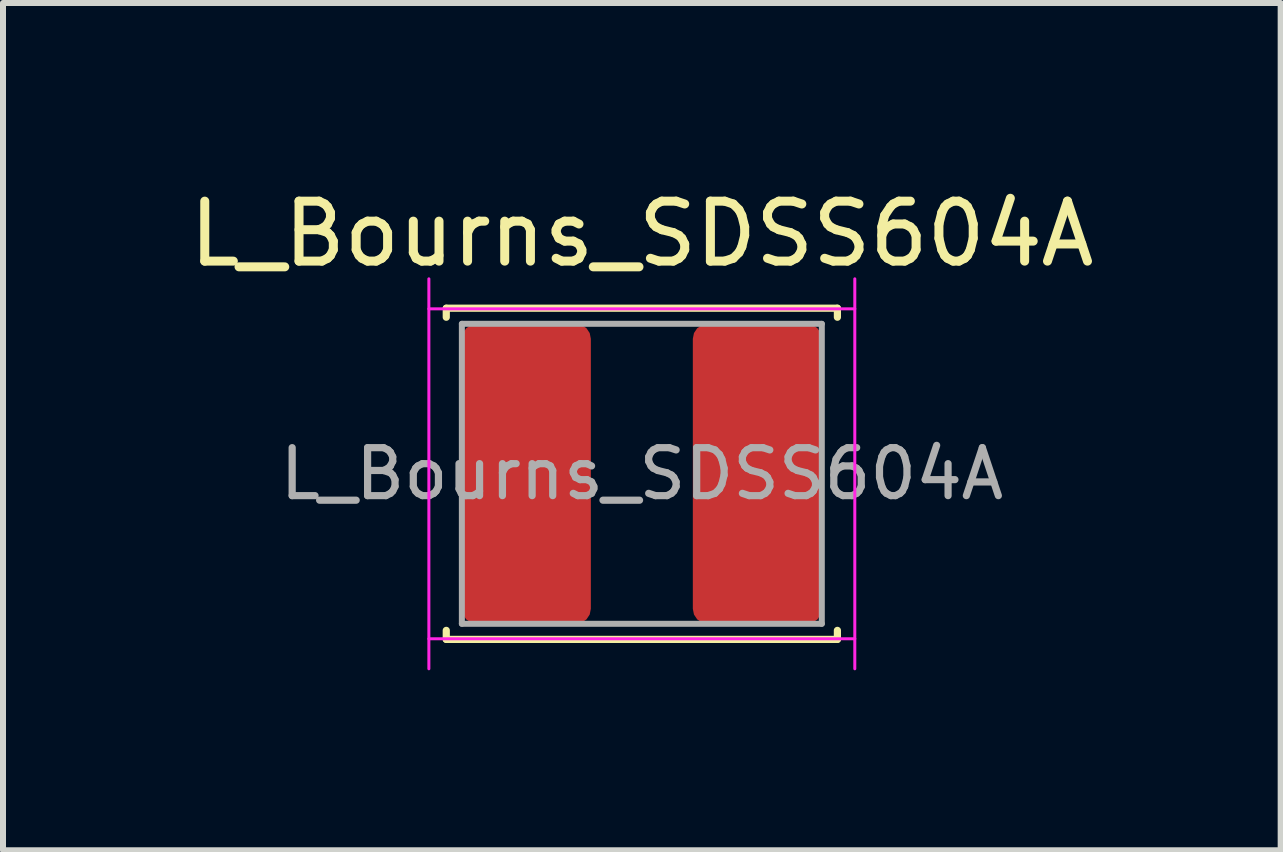
<source format=kicad_pcb>
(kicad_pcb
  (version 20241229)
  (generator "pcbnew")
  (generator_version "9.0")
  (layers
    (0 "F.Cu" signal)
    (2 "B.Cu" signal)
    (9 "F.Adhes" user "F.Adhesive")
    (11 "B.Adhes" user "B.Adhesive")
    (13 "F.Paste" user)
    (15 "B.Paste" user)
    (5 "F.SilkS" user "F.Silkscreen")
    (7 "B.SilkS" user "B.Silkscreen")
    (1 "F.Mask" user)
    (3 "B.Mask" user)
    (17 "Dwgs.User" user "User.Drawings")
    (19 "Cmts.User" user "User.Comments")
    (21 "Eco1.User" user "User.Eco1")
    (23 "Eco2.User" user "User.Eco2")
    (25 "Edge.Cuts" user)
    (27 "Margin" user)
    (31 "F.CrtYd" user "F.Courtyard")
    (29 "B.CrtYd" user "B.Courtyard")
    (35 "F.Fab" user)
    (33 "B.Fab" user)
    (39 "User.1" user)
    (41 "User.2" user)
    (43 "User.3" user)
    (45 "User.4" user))
  (footprint "L_Bourns_SDSS604A"
    (layer "F.Cu")
    (at 7.649 4.848)
    (property "Reference" "L_Bourns_SDSS604A" (at 0 -4 0) (layer "F.SilkS") (effects (font (size 1 1) (thickness 0.15))))
    (attr smd)
    (fp_line (start -3.26 -2.76) (end -3.26 -2.61) (stroke (width 0.12) (type solid)) (layer "F.SilkS"))
    (fp_line (start -3.26 -2.76) (end 3.26 -2.76) (stroke (width 0.12) (type solid)) (layer "F.SilkS"))
    (fp_line (start -3.26 2.76) (end -3.26 2.61) (stroke (width 0.12) (type solid)) (layer "F.SilkS"))
    (fp_line (start -3.26 2.76) (end 3.26 2.76) (stroke (width 0.12) (type solid)) (layer "F.SilkS"))
    (fp_line (start 3.26 -2.76) (end 3.26 -2.61) (stroke (width 0.12) (type solid)) (layer "F.SilkS"))
    (fp_line (start 3.26 2.76) (end 3.26 2.61) (stroke (width 0.12) (type solid)) (layer "F.SilkS"))
    (fp_line (start -3.55 -3.25) (end -3.55 3.25) (stroke (width 0.05) (type solid)) (layer "F.CrtYd"))
    (fp_line (start -3.55 2.75) (end 3.55 2.75) (stroke (width 0.05) (type solid)) (layer "F.CrtYd"))
    (fp_line (start 3.55 -2.75) (end -3.55 -2.75) (stroke (width 0.05) (type solid)) (layer "F.CrtYd"))
    (fp_line (start 3.55 3.25) (end 3.55 -3.25) (stroke (width 0.05) (type solid)) (layer "F.CrtYd"))
    (fp_line (start -3 -2.5) (end -3 2.5) (stroke (width 0.1) (type solid)) (layer "F.Fab"))
    (fp_line (start -3 2.5) (end 3 2.5) (stroke (width 0.1) (type solid)) (layer "F.Fab"))
    (fp_line (start 3 -2.5) (end -3 -2.5) (stroke (width 0.1) (type solid)) (layer "F.Fab"))
    (fp_line (start 3 2.5) (end 3 -2.5) (stroke (width 0.1) (type solid)) (layer "F.Fab"))
    (fp_text user "${REFERENCE}" (at 0 0 0) (layer "F.Fab") (effects (font (size 0.8 0.8) (thickness 0.12))))
    (pad "1" smd roundrect (at -1.925 0) (size 2.15 5) (layers "F.Cu" "F.Mask" "F.Paste") (roundrect_rratio 0.116))
    (pad "2" smd roundrect (at 1.925 0) (size 2.15 5) (layers "F.Cu" "F.Mask" "F.Paste") (roundrect_rratio 0.116)))
  (gr_rect
    (start -3 -3)
    (end 18.298 11.123)
    (stroke (width 0.1) (type default))
    (fill no)
    (layer "Edge.Cuts")))
</source>
